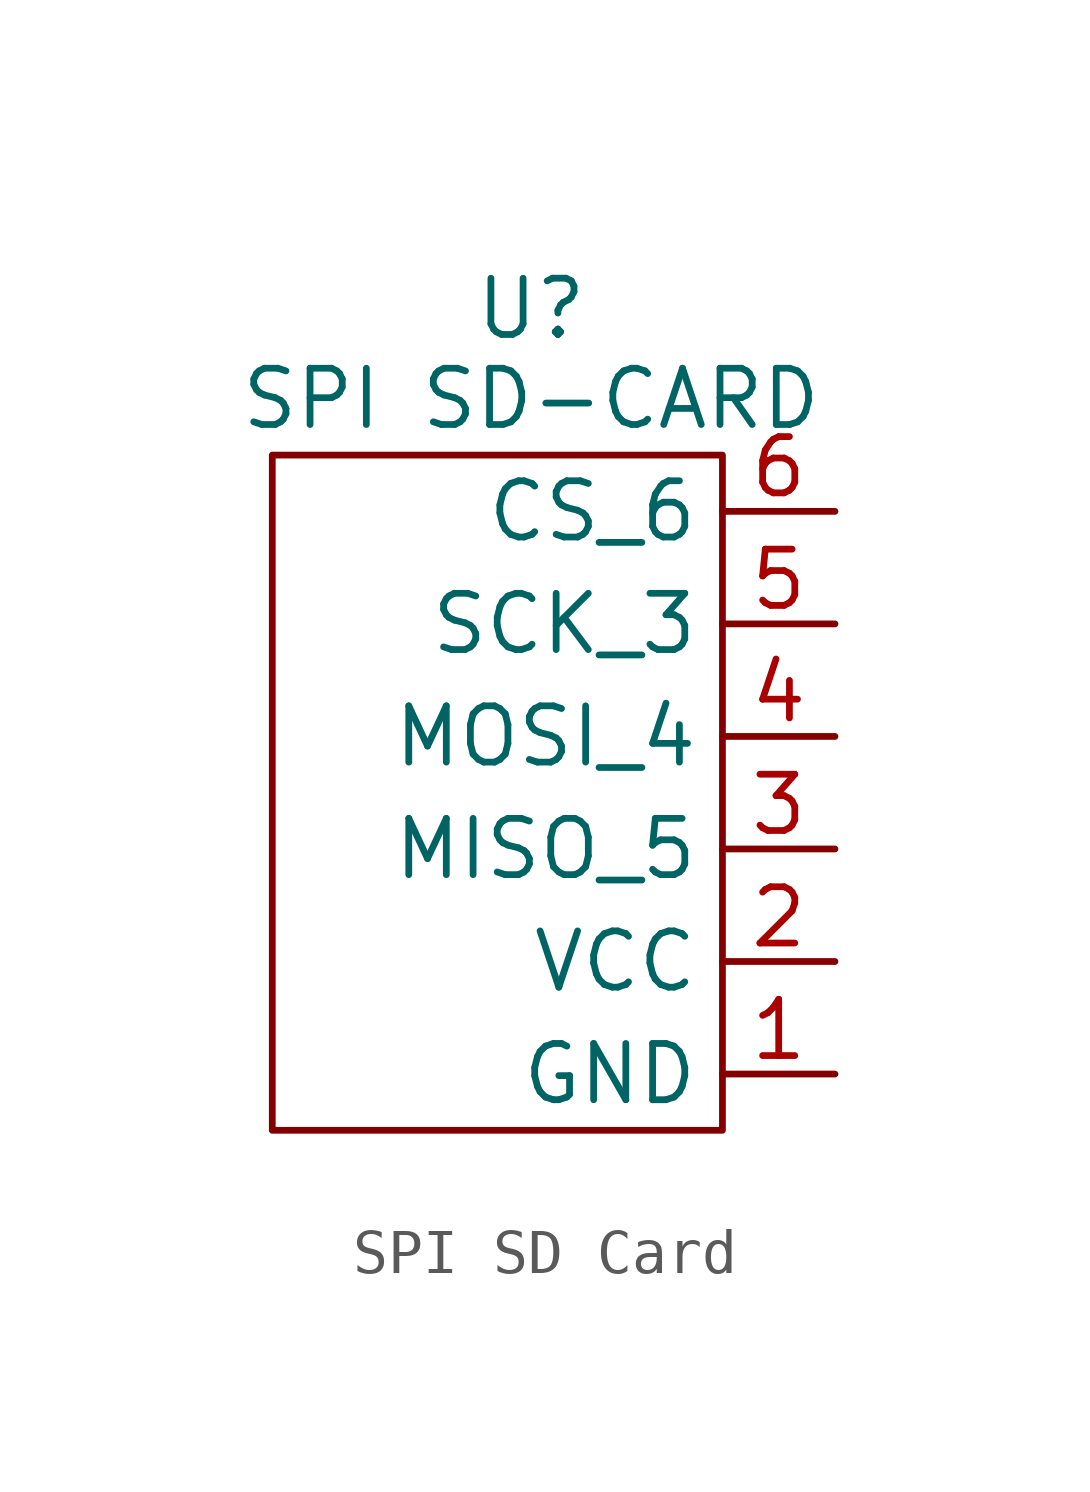
<source format=kicad_sym>
(kicad_symbol_lib
  (version 20241209)
  (generator "kicad_symbol_editor")
  (generator_version "9.0")
  (symbol "SPI SD Card"
    (property "Reference" "U"
      (at 5.842 9.652 0)
      (effects (font (size 1.27 1.27))))
    (property "Value" "SPI SD-CARD"
      (at 5.842 7.62 0)
      (effects (font (size 1.27 1.27))))
    (symbol "SPI SD Card_0_1"
      (rectangle (start 0 6.35) (end 10.16 -8.89) (stroke (width 0) (type default)) (fill (type none))))
    (symbol "SPI SD Card_1_1"
      (pin bidirectional line (at 12.7 5.08 180) (length 2.54) (name "CS_6" (effects (font (size 1.27 1.27)))) (number "6" (effects (font (size 1.27 1.27)))))
      (pin bidirectional line (at 12.7 2.54 180) (length 2.54) (name "SCK_3" (effects (font (size 1.27 1.27)))) (number "5" (effects (font (size 1.27 1.27)))))
      (pin bidirectional line (at 12.7 0 180) (length 2.54) (name "MOSI_4" (effects (font (size 1.27 1.27)))) (number "4" (effects (font (size 1.27 1.27)))))
      (pin bidirectional line (at 12.7 -2.54 180) (length 2.54) (name "MISO_5" (effects (font (size 1.27 1.27)))) (number "3" (effects (font (size 1.27 1.27)))))
      (pin power_in line (at 12.7 -5.08 180) (length 2.54) (name "VCC" (effects (font (size 1.27 1.27)))) (number "2" (effects (font (size 1.27 1.27)))))
      (pin passive line (at 12.7 -7.62 180) (length 2.54) (name "GND" (effects (font (size 1.27 1.27)))) (number "1" (effects (font (size 1.27 1.27))))))))
</source>
